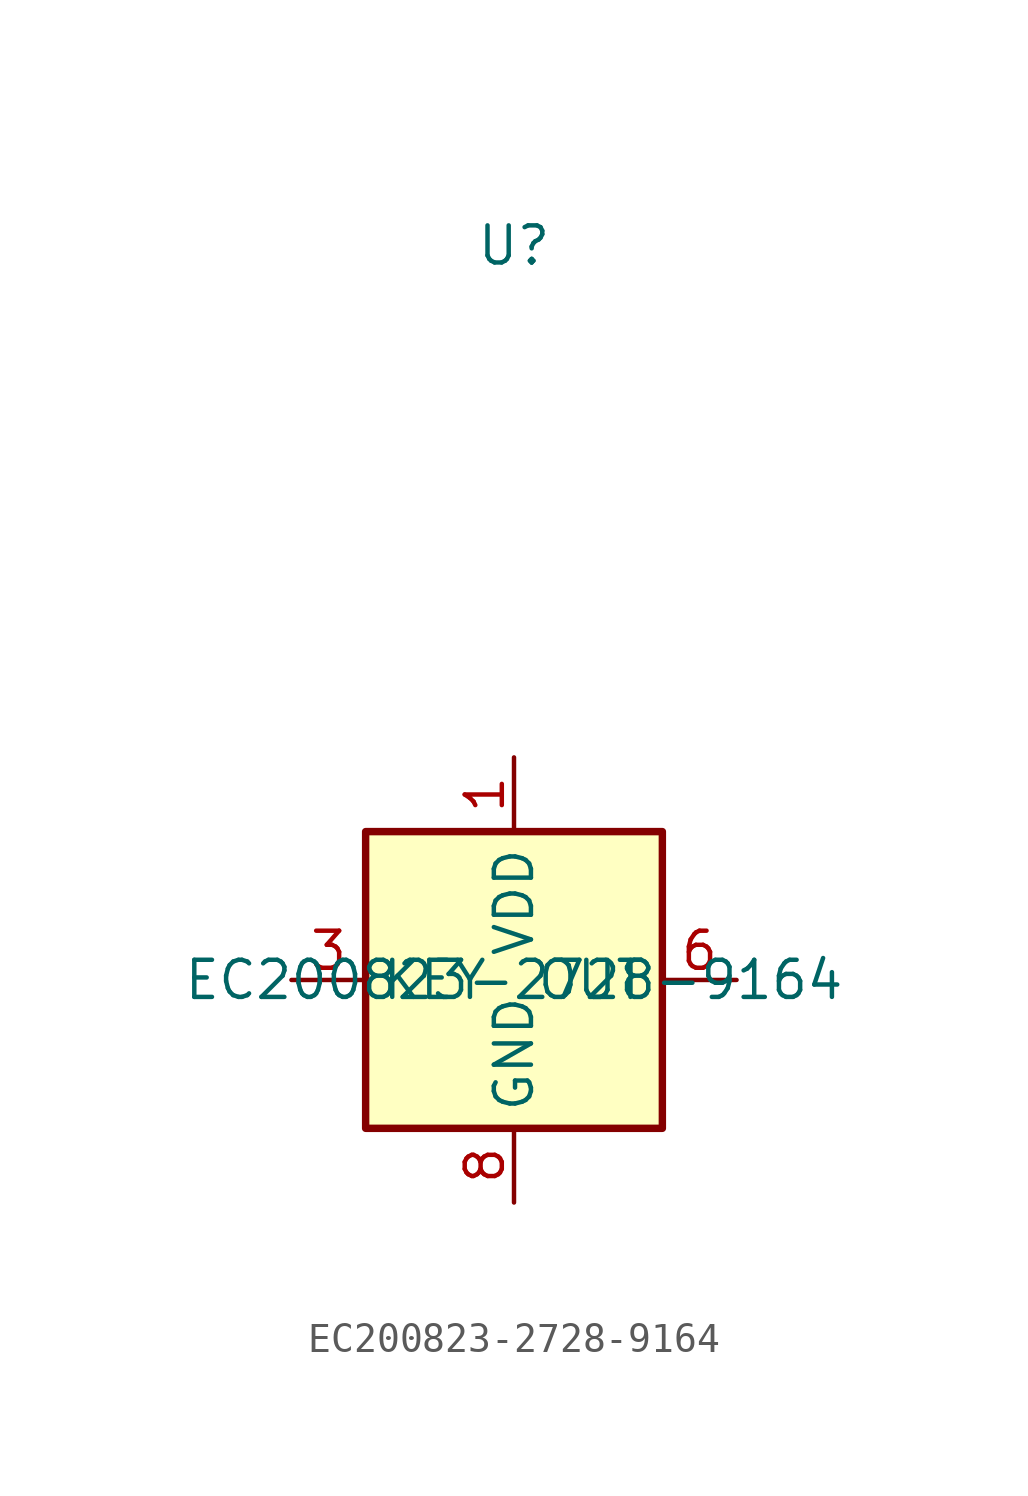
<source format=kicad_sym>
(kicad_symbol_lib
  (version 20231120)
  (generator "kicad_symbol_editor")
  (generator_version "8.0")
  (symbol "EC200823-2728-9164"
    (property "Reference" "U"
      (at 0 25.146 0)
      (effects (font (size 1.27 1.27))))
    (property "Value" "EC200823-2728-9164"
      (at 0 0 0)
      (effects (font (size 1.27 1.27))))
    (symbol "EC200823-2728-9164_1_1"
      (rectangle (start -5.08 5.08) (end 5.08 -5.08) (stroke (width 0.254) (type default)) (fill (type background)))
      (pin power_in line (at 0 7.62 270) (length 2.54) (name "VDD" (effects (font (size 1.27 1.27)))) (number "1" (effects (font (size 1.27 1.27)))))
      (pin no_connect line (at 5.08 -2.54 180) (length 2.54) hide (name "NC" (effects (font (size 1.27 1.27)))) (number "2" (effects (font (size 1.27 1.27)))))
      (pin bidirectional line (at -7.62 0 0) (length 2.54) (name "KEY" (effects (font (size 1.27 1.27)))) (number "3" (effects (font (size 1.27 1.27)))))
      (pin no_connect line (at 5.08 -2.54 180) (length 2.54) hide (name "NC" (effects (font (size 1.27 1.27)))) (number "4" (effects (font (size 1.27 1.27)))))
      (pin no_connect line (at 5.08 -2.54 180) (length 2.54) hide (name "NC" (effects (font (size 1.27 1.27)))) (number "5" (effects (font (size 1.27 1.27)))))
      (pin bidirectional line (at 7.62 0 180) (length 2.54) (name "OUT" (effects (font (size 1.27 1.27)))) (number "6" (effects (font (size 1.27 1.27)))))
      (pin no_connect line (at 5.08 -2.54 180) (length 2.54) hide (name "NC" (effects (font (size 1.27 1.27)))) (number "7" (effects (font (size 1.27 1.27)))))
      (pin power_in line (at 0 -7.62 90) (length 2.54) (name "GND" (effects (font (size 1.27 1.27)))) (number "8" (effects (font (size 1.27 1.27))))))))
</source>
